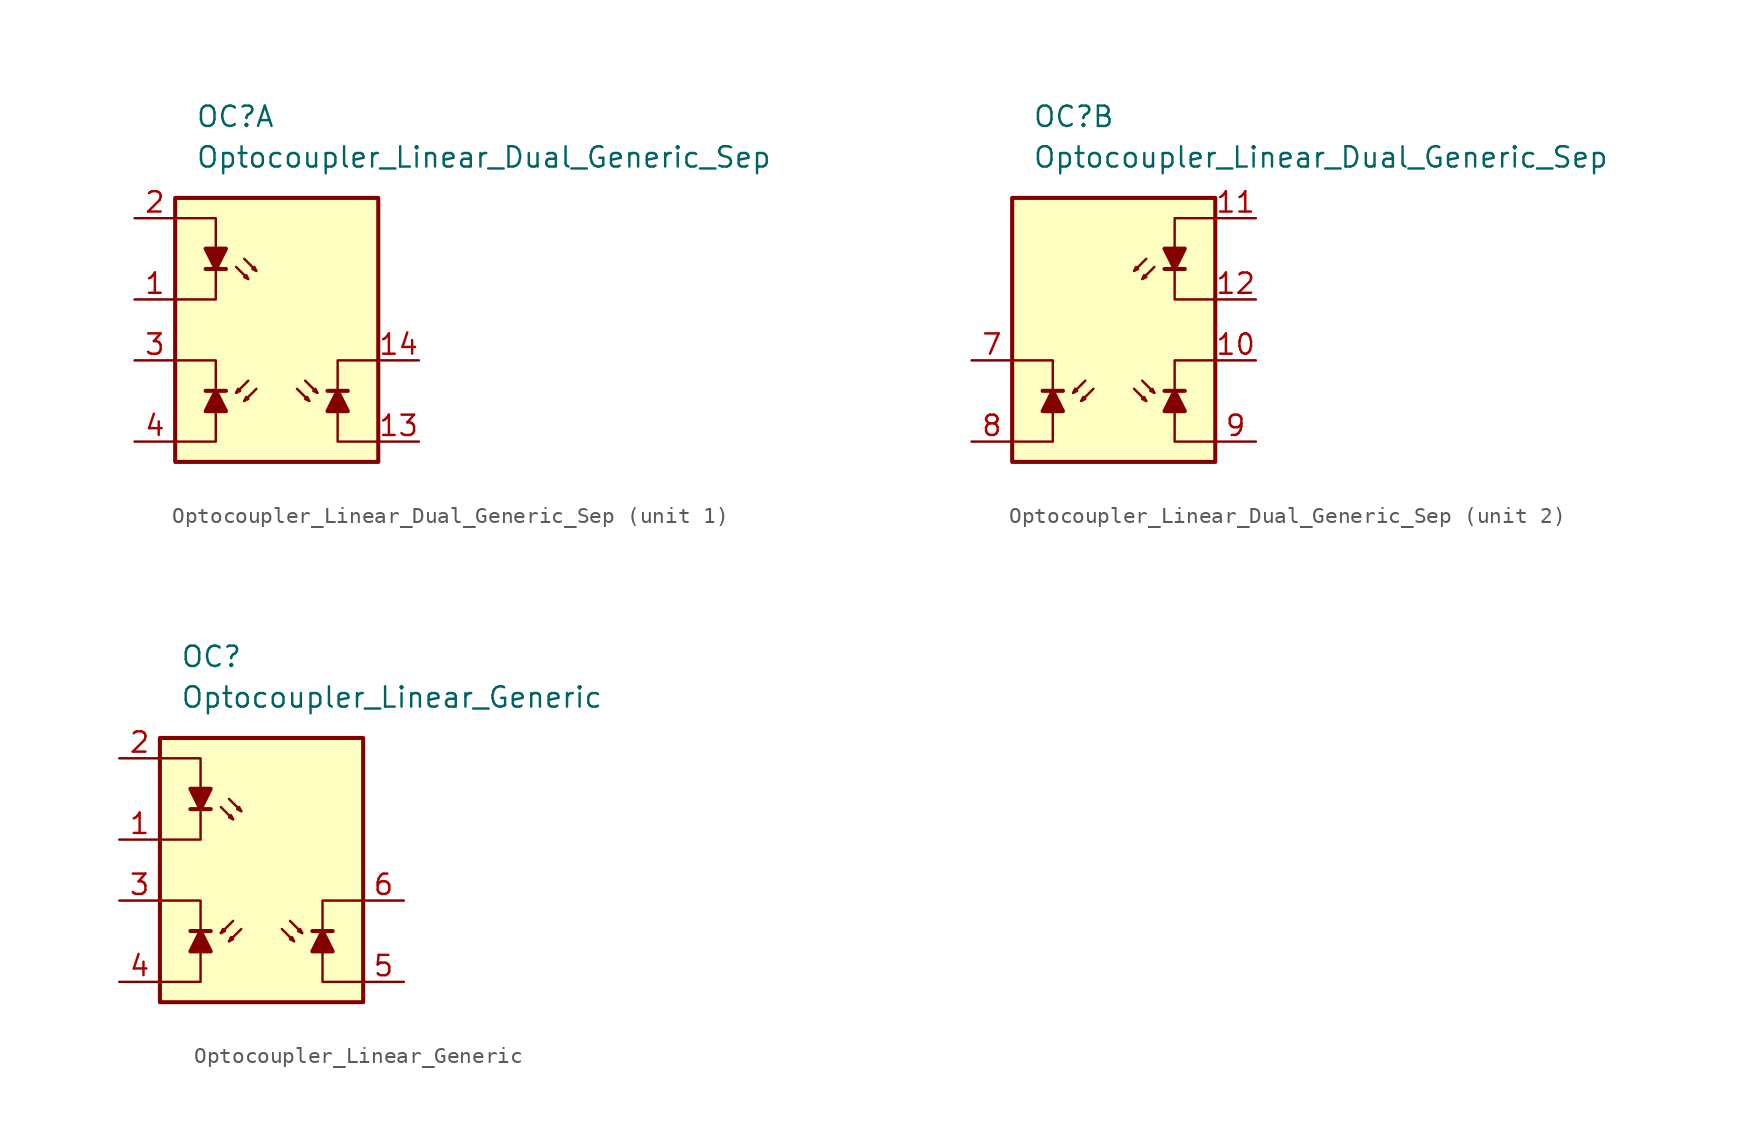
<source format=kicad_sym>
(kicad_symbol_lib
  (version 20211014)
  (generator kicad_symbol_editor)
  (symbol "Optocoupler_Misc_AKL:Optocoupler_Linear_Dual_Generic_Sep"
    (pin_names
      (offset 1.016))
    (property "Reference" "OC"
      (at -5.08 12.7 0)
      (effects (font (size 1.27 1.27)) (justify left)))
    (property "Value" "Optocoupler_Linear_Dual_Generic_Sep"
      (at -5.08 10.16 0)
      (effects (font (size 1.27 1.27)) (justify left)))
    (property "ki_locked" ""
      (at 0 0 0)
      (effects (font (size 1.27 1.27))))
    (symbol "Optocoupler_Linear_Dual_Generic_Sep_0_0"
      (rectangle (start 6.35 7.62) (end -6.35 -8.89) (stroke (width 0.254) (type default) (color 0 0 0 0)) (fill (type background))))
    (symbol "Optocoupler_Linear_Dual_Generic_Sep_1_1"
      (polyline (pts (xy -4.445 -4.445) (xy -3.175 -4.445)) (stroke (width 0.254) (type default) (color 0 0 0 0)) (fill (type none)))
      (polyline (pts (xy -4.445 3.175) (xy -3.175 3.175)) (stroke (width 0.254) (type default) (color 0 0 0 0)) (fill (type none)))
      (polyline (pts (xy -1.778 -3.81) (xy -2.54 -4.572)) (stroke (width 0) (type default) (color 0 0 0 0)) (fill (type none)))
      (polyline (pts (xy -1.27 -4.318) (xy -2.032 -5.08)) (stroke (width 0) (type default) (color 0 0 0 0)) (fill (type none)))
      (polyline (pts (xy 1.27 -4.318) (xy 2.032 -5.08)) (stroke (width 0) (type default) (color 0 0 0 0)) (fill (type none)))
      (polyline (pts (xy 1.778 -3.81) (xy 2.54 -4.572)) (stroke (width 0) (type default) (color 0 0 0 0)) (fill (type none)))
      (polyline (pts (xy 4.445 -4.445) (xy 3.175 -4.445)) (stroke (width 0.254) (type default) (color 0 0 0 0)) (fill (type none)))
      (polyline (pts (xy -6.35 -7.62) (xy -3.81 -7.62) (xy -3.81 -4.445)) (stroke (width 0) (type default) (color 0 0 0 0)) (fill (type none)))
      (polyline (pts (xy -3.81 -4.445) (xy -3.81 -2.54) (xy -6.35 -2.54)) (stroke (width 0) (type default) (color 0 0 0 0)) (fill (type none)))
      (polyline (pts (xy 3.81 -4.445) (xy 3.81 -2.54) (xy 6.35 -2.54)) (stroke (width 0) (type default) (color 0 0 0 0)) (fill (type none)))
      (polyline (pts (xy 6.35 -7.62) (xy 3.81 -7.62) (xy 3.81 -4.445)) (stroke (width 0) (type default) (color 0 0 0 0)) (fill (type none)))
      (polyline (pts (xy -6.35 6.35) (xy -3.81 6.35) (xy -3.81 1.27) (xy -6.35 1.27)) (stroke (width 0.152) (type default) (color 0 0 0 0)) (fill (type none)))
      (polyline (pts (xy -4.445 4.445) (xy -3.175 4.445) (xy -3.81 3.175) (xy -4.445 4.445)) (stroke (width 0.254) (type default) (color 0 0 0 0)) (fill (type outline)))
      (polyline (pts (xy -3.81 -4.445) (xy -4.445 -5.715) (xy -3.175 -5.715) (xy -3.81 -4.445)) (stroke (width 0.254) (type default) (color 0 0 0 0)) (fill (type outline)))
      (polyline (pts (xy -2.54 -4.572) (xy -2.286 -4.445) (xy -2.413 -4.318) (xy -2.54 -4.572)) (stroke (width 0) (type default) (color 0 0 0 0)) (fill (type none)))
      (polyline (pts (xy -2.032 -5.08) (xy -1.778 -4.953) (xy -1.905 -4.826) (xy -2.032 -5.08)) (stroke (width 0) (type default) (color 0 0 0 0)) (fill (type none)))
      (polyline (pts (xy 2.032 -5.08) (xy 1.778 -4.953) (xy 1.905 -4.826) (xy 2.032 -5.08)) (stroke (width 0) (type default) (color 0 0 0 0)) (fill (type none)))
      (polyline (pts (xy 2.54 -4.572) (xy 2.286 -4.445) (xy 2.413 -4.318) (xy 2.54 -4.572)) (stroke (width 0) (type default) (color 0 0 0 0)) (fill (type none)))
      (polyline (pts (xy 3.81 -4.445) (xy 4.445 -5.715) (xy 3.175 -5.715) (xy 3.81 -4.445)) (stroke (width 0.254) (type default) (color 0 0 0 0)) (fill (type outline)))
      (polyline (pts (xy -2.54 3.302) (xy -1.778 2.54) (xy -2.032 2.667) (xy -1.905 2.794) (xy -1.778 2.54)) (stroke (width 0.152) (type default) (color 0 0 0 0)) (fill (type none)))
      (polyline (pts (xy -2.032 3.81) (xy -1.27 3.048) (xy -1.524 3.175) (xy -1.397 3.302) (xy -1.27 3.048)) (stroke (width 0.152) (type default) (color 0 0 0 0)) (fill (type none)))
      (pin passive line (at -8.89 1.27 0) (length 2.54) (name "~" (effects (font (size 1.27 1.27)))) (number "1" (effects (font (size 1.27 1.27)))))
      (pin passive line (at 8.89 -7.62 180) (length 2.54) (name "~" (effects (font (size 1.27 1.27)))) (number "13" (effects (font (size 1.27 1.27)))))
      (pin passive line (at 8.89 -2.54 180) (length 2.54) (name "~" (effects (font (size 1.27 1.27)))) (number "14" (effects (font (size 1.27 1.27)))))
      (pin passive line (at -8.89 3.81 0) (length 2.54) hide (name "NC" (effects (font (size 1.27 1.27)))) (number "16" (effects (font (size 1.27 1.27)))))
      (pin passive line (at -8.89 6.35 0) (length 2.54) (name "~" (effects (font (size 1.27 1.27)))) (number "2" (effects (font (size 1.27 1.27)))))
      (pin passive line (at -8.89 -2.54 0) (length 2.54) (name "~" (effects (font (size 1.27 1.27)))) (number "3" (effects (font (size 1.27 1.27)))))
      (pin passive line (at -8.89 -7.62 0) (length 2.54) (name "~" (effects (font (size 1.27 1.27)))) (number "4" (effects (font (size 1.27 1.27))))))
    (symbol "Optocoupler_Linear_Dual_Generic_Sep_2_1"
      (polyline (pts (xy -4.445 -4.445) (xy -3.175 -4.445)) (stroke (width 0.254) (type default) (color 0 0 0 0)) (fill (type none)))
      (polyline (pts (xy -1.778 -3.81) (xy -2.54 -4.572)) (stroke (width 0) (type default) (color 0 0 0 0)) (fill (type none)))
      (polyline (pts (xy -1.27 -4.318) (xy -2.032 -5.08)) (stroke (width 0) (type default) (color 0 0 0 0)) (fill (type none)))
      (polyline (pts (xy 1.27 -4.318) (xy 2.032 -5.08)) (stroke (width 0) (type default) (color 0 0 0 0)) (fill (type none)))
      (polyline (pts (xy 1.778 -3.81) (xy 2.54 -4.572)) (stroke (width 0) (type default) (color 0 0 0 0)) (fill (type none)))
      (polyline (pts (xy 4.445 -4.445) (xy 3.175 -4.445)) (stroke (width 0.254) (type default) (color 0 0 0 0)) (fill (type none)))
      (polyline (pts (xy 4.445 3.175) (xy 3.175 3.175)) (stroke (width 0.254) (type default) (color 0 0 0 0)) (fill (type none)))
      (polyline (pts (xy -6.35 -7.62) (xy -3.81 -7.62) (xy -3.81 -4.445)) (stroke (width 0) (type default) (color 0 0 0 0)) (fill (type none)))
      (polyline (pts (xy -3.81 -4.445) (xy -3.81 -2.54) (xy -6.35 -2.54)) (stroke (width 0) (type default) (color 0 0 0 0)) (fill (type none)))
      (polyline (pts (xy 3.81 -4.445) (xy 3.81 -2.54) (xy 6.35 -2.54)) (stroke (width 0) (type default) (color 0 0 0 0)) (fill (type none)))
      (polyline (pts (xy 6.35 -7.62) (xy 3.81 -7.62) (xy 3.81 -4.445)) (stroke (width 0) (type default) (color 0 0 0 0)) (fill (type none)))
      (polyline (pts (xy -3.81 -4.445) (xy -4.445 -5.715) (xy -3.175 -5.715) (xy -3.81 -4.445)) (stroke (width 0.254) (type default) (color 0 0 0 0)) (fill (type outline)))
      (polyline (pts (xy -2.54 -4.572) (xy -2.286 -4.445) (xy -2.413 -4.318) (xy -2.54 -4.572)) (stroke (width 0) (type default) (color 0 0 0 0)) (fill (type none)))
      (polyline (pts (xy -2.032 -5.08) (xy -1.778 -4.953) (xy -1.905 -4.826) (xy -2.032 -5.08)) (stroke (width 0) (type default) (color 0 0 0 0)) (fill (type none)))
      (polyline (pts (xy 2.032 -5.08) (xy 1.778 -4.953) (xy 1.905 -4.826) (xy 2.032 -5.08)) (stroke (width 0) (type default) (color 0 0 0 0)) (fill (type none)))
      (polyline (pts (xy 2.54 -4.572) (xy 2.286 -4.445) (xy 2.413 -4.318) (xy 2.54 -4.572)) (stroke (width 0) (type default) (color 0 0 0 0)) (fill (type none)))
      (polyline (pts (xy 3.81 -4.445) (xy 4.445 -5.715) (xy 3.175 -5.715) (xy 3.81 -4.445)) (stroke (width 0.254) (type default) (color 0 0 0 0)) (fill (type outline)))
      (polyline (pts (xy 4.445 4.445) (xy 3.175 4.445) (xy 3.81 3.175) (xy 4.445 4.445)) (stroke (width 0.254) (type default) (color 0 0 0 0)) (fill (type outline)))
      (polyline (pts (xy 6.35 6.35) (xy 3.81 6.35) (xy 3.81 1.27) (xy 6.35 1.27)) (stroke (width 0.152) (type default) (color 0 0 0 0)) (fill (type none)))
      (polyline (pts (xy 2.032 3.81) (xy 1.27 3.048) (xy 1.524 3.175) (xy 1.397 3.302) (xy 1.27 3.048)) (stroke (width 0.152) (type default) (color 0 0 0 0)) (fill (type none)))
      (polyline (pts (xy 2.54 3.302) (xy 1.778 2.54) (xy 2.032 2.667) (xy 1.905 2.794) (xy 1.778 2.54)) (stroke (width 0.152) (type default) (color 0 0 0 0)) (fill (type none)))
      (pin passive line (at 8.89 -2.54 180) (length 2.54) (name "~" (effects (font (size 1.27 1.27)))) (number "10" (effects (font (size 1.27 1.27)))))
      (pin passive line (at 8.89 6.35 180) (length 2.54) (name "~" (effects (font (size 1.27 1.27)))) (number "11" (effects (font (size 1.27 1.27)))))
      (pin passive line (at 8.89 1.27 180) (length 2.54) (name "~" (effects (font (size 1.27 1.27)))) (number "12" (effects (font (size 1.27 1.27)))))
      (pin passive line (at -8.89 -2.54 0) (length 2.54) (name "~" (effects (font (size 1.27 1.27)))) (number "7" (effects (font (size 1.27 1.27)))))
      (pin passive line (at -8.89 -7.62 0) (length 2.54) (name "~" (effects (font (size 1.27 1.27)))) (number "8" (effects (font (size 1.27 1.27)))))
      (pin passive line (at 8.89 -7.62 180) (length 2.54) (name "~" (effects (font (size 1.27 1.27)))) (number "9" (effects (font (size 1.27 1.27)))))))
  (symbol "Optocoupler_Misc_AKL:Optocoupler_Linear_Generic"
    (pin_names
      (offset 1.016))
    (property "Reference" "OC"
      (at -5.08 12.7 0)
      (effects (font (size 1.27 1.27)) (justify left)))
    (property "Value" "Optocoupler_Linear_Generic"
      (at -5.08 10.16 0)
      (effects (font (size 1.27 1.27)) (justify left)))
    (symbol "Optocoupler_Linear_Generic_0_0"
      (rectangle (start -6.35 7.62) (end 6.35 -8.89) (stroke (width 0.254) (type default) (color 0 0 0 0)) (fill (type background)))
      (polyline (pts (xy -2.54 3.302) (xy -1.778 2.54)) (stroke (width 0) (type default) (color 0 0 0 0)) (fill (type none)))
      (polyline (pts (xy -2.032 3.81) (xy -1.27 3.048)) (stroke (width 0) (type default) (color 0 0 0 0)) (fill (type none)))
      (polyline (pts (xy -1.778 2.54) (xy -2.032 2.667) (xy -1.905 2.794) (xy -1.778 2.54)) (stroke (width 0) (type default) (color 0 0 0 0)) (fill (type none)))
      (polyline (pts (xy -1.27 3.048) (xy -1.524 3.175) (xy -1.397 3.302) (xy -1.27 3.048)) (stroke (width 0) (type default) (color 0 0 0 0)) (fill (type none))))
    (symbol "Optocoupler_Linear_Generic_0_1"
      (polyline (pts (xy -4.445 3.175) (xy -3.175 3.175)) (stroke (width 0.254) (type default) (color 0 0 0 0)) (fill (type none)))
      (polyline (pts (xy -6.35 6.35) (xy -3.81 6.35) (xy -3.81 3.175)) (stroke (width 0) (type default) (color 0 0 0 0)) (fill (type none)))
      (polyline (pts (xy -3.81 3.175) (xy -3.81 1.27) (xy -6.35 1.27)) (stroke (width 0) (type default) (color 0 0 0 0)) (fill (type none)))
      (polyline (pts (xy -3.81 3.175) (xy -4.445 4.445) (xy -3.175 4.445) (xy -3.81 3.175)) (stroke (width 0.254) (type default) (color 0 0 0 0)) (fill (type outline))))
    (symbol "Optocoupler_Linear_Generic_1_1"
      (polyline (pts (xy -4.445 -4.445) (xy -3.175 -4.445)) (stroke (width 0.254) (type default) (color 0 0 0 0)) (fill (type none)))
      (polyline (pts (xy -1.778 -3.81) (xy -2.54 -4.572)) (stroke (width 0) (type default) (color 0 0 0 0)) (fill (type none)))
      (polyline (pts (xy -1.27 -4.318) (xy -2.032 -5.08)) (stroke (width 0) (type default) (color 0 0 0 0)) (fill (type none)))
      (polyline (pts (xy 1.27 -4.318) (xy 2.032 -5.08)) (stroke (width 0) (type default) (color 0 0 0 0)) (fill (type none)))
      (polyline (pts (xy 1.778 -3.81) (xy 2.54 -4.572)) (stroke (width 0) (type default) (color 0 0 0 0)) (fill (type none)))
      (polyline (pts (xy 4.445 -4.445) (xy 3.175 -4.445)) (stroke (width 0.254) (type default) (color 0 0 0 0)) (fill (type none)))
      (polyline (pts (xy -6.35 -7.62) (xy -3.81 -7.62) (xy -3.81 -4.445)) (stroke (width 0) (type default) (color 0 0 0 0)) (fill (type none)))
      (polyline (pts (xy -3.81 -4.445) (xy -3.81 -2.54) (xy -6.35 -2.54)) (stroke (width 0) (type default) (color 0 0 0 0)) (fill (type none)))
      (polyline (pts (xy 3.81 -4.445) (xy 3.81 -2.54) (xy 6.35 -2.54)) (stroke (width 0) (type default) (color 0 0 0 0)) (fill (type none)))
      (polyline (pts (xy 6.35 -7.62) (xy 3.81 -7.62) (xy 3.81 -4.445)) (stroke (width 0) (type default) (color 0 0 0 0)) (fill (type none)))
      (polyline (pts (xy -3.81 -4.445) (xy -4.445 -5.715) (xy -3.175 -5.715) (xy -3.81 -4.445)) (stroke (width 0.254) (type default) (color 0 0 0 0)) (fill (type outline)))
      (polyline (pts (xy -2.54 -4.572) (xy -2.286 -4.445) (xy -2.413 -4.318) (xy -2.54 -4.572)) (stroke (width 0) (type default) (color 0 0 0 0)) (fill (type none)))
      (polyline (pts (xy -2.032 -5.08) (xy -1.778 -4.953) (xy -1.905 -4.826) (xy -2.032 -5.08)) (stroke (width 0) (type default) (color 0 0 0 0)) (fill (type none)))
      (polyline (pts (xy 2.032 -5.08) (xy 1.778 -4.953) (xy 1.905 -4.826) (xy 2.032 -5.08)) (stroke (width 0) (type default) (color 0 0 0 0)) (fill (type none)))
      (polyline (pts (xy 2.54 -4.572) (xy 2.286 -4.445) (xy 2.413 -4.318) (xy 2.54 -4.572)) (stroke (width 0) (type default) (color 0 0 0 0)) (fill (type none)))
      (polyline (pts (xy 3.81 -4.445) (xy 4.445 -5.715) (xy 3.175 -5.715) (xy 3.81 -4.445)) (stroke (width 0.254) (type default) (color 0 0 0 0)) (fill (type outline)))
      (pin passive line (at -8.89 1.27 0) (length 2.54) (name "~" (effects (font (size 1.27 1.27)))) (number "1" (effects (font (size 1.27 1.27)))))
      (pin passive line (at -8.89 6.35 0) (length 2.54) (name "~" (effects (font (size 1.27 1.27)))) (number "2" (effects (font (size 1.27 1.27)))))
      (pin passive line (at -8.89 -2.54 0) (length 2.54) (name "~" (effects (font (size 1.27 1.27)))) (number "3" (effects (font (size 1.27 1.27)))))
      (pin passive line (at -8.89 -7.62 0) (length 2.54) (name "~" (effects (font (size 1.27 1.27)))) (number "4" (effects (font (size 1.27 1.27)))))
      (pin passive line (at 8.89 -7.62 180) (length 2.54) (name "~" (effects (font (size 1.27 1.27)))) (number "5" (effects (font (size 1.27 1.27)))))
      (pin passive line (at 8.89 -2.54 180) (length 2.54) (name "~" (effects (font (size 1.27 1.27)))) (number "6" (effects (font (size 1.27 1.27))))))))
</source>
